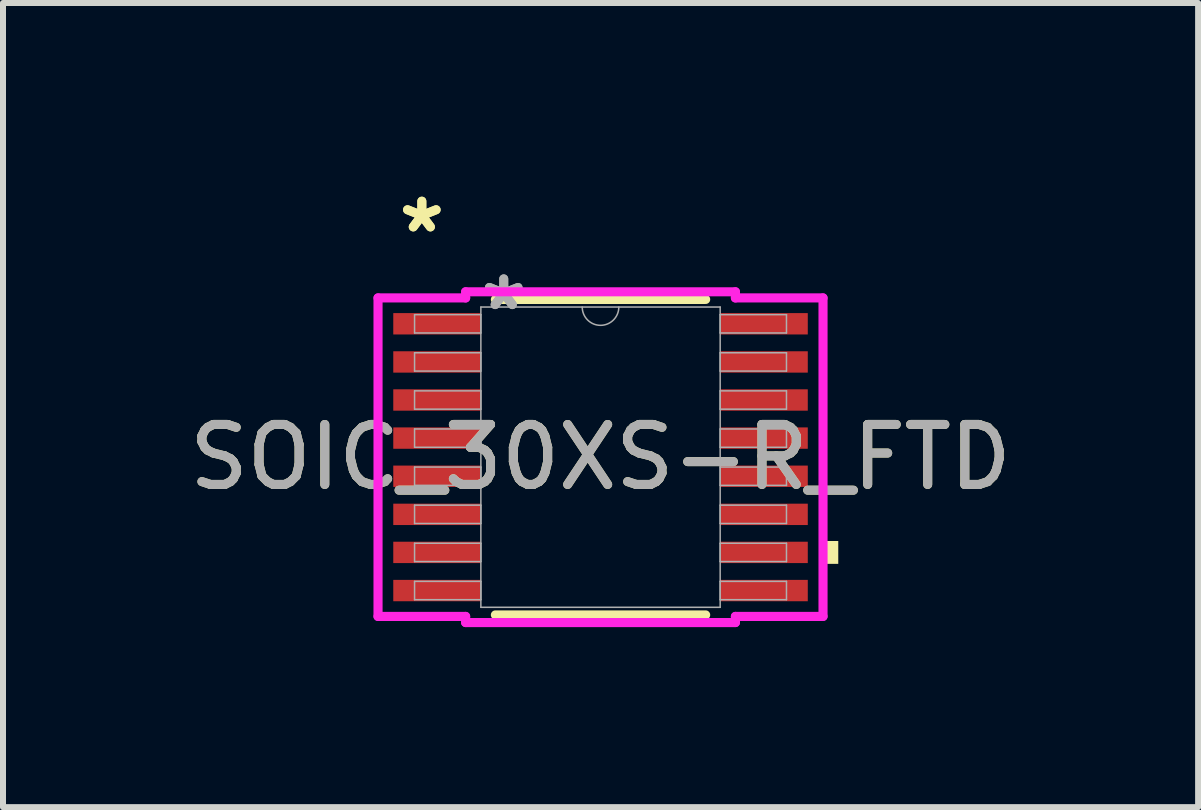
<source format=kicad_pcb>
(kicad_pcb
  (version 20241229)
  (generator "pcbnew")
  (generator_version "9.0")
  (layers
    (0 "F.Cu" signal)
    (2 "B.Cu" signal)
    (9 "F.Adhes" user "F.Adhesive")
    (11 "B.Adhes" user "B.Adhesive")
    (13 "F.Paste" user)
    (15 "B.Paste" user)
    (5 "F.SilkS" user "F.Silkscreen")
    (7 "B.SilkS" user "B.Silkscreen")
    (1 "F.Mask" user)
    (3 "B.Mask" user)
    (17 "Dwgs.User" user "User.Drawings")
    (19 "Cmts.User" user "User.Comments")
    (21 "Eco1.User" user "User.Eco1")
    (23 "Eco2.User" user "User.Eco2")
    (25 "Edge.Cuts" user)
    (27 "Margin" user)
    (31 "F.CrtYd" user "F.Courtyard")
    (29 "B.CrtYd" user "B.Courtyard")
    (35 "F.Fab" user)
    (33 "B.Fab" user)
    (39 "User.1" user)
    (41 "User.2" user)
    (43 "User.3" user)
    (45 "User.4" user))
  (footprint "SOIC_30XS-R_FTD"
    (layer "F.Cu")
    (at 6.958 4.569)
    (property "Reference" "SOIC_30XS-R_FTD" (at 0 0 0) (unlocked yes) (layer "F.SilkS") (effects (font (size 1 1) (thickness 0.15))))
    (attr smd)
    (fp_line (start -1.752 2.629) (end 1.752 2.629) (stroke (width 0.152) (type solid)) (layer "F.SilkS"))
    (fp_line (start 1.752 -2.629) (end -1.752 -2.629) (stroke (width 0.152) (type solid)) (layer "F.SilkS"))
    (fp_poly (pts (xy 3.962 1.397) (xy 3.962 1.778) (xy 3.708 1.778) (xy 3.708 1.397)) (stroke (width 0) (type solid)) (fill yes) (layer "F.SilkS"))
    (fp_line (start -3.708 -2.654) (end -2.248 -2.654) (stroke (width 0.152) (type solid)) (layer "F.CrtYd"))
    (fp_line (start -3.708 2.654) (end -3.708 -2.654) (stroke (width 0.152) (type solid)) (layer "F.CrtYd"))
    (fp_line (start -3.708 2.654) (end -2.248 2.654) (stroke (width 0.152) (type solid)) (layer "F.CrtYd"))
    (fp_line (start -2.248 -2.756) (end 2.248 -2.756) (stroke (width 0.152) (type solid)) (layer "F.CrtYd"))
    (fp_line (start -2.248 -2.654) (end -2.248 -2.756) (stroke (width 0.152) (type solid)) (layer "F.CrtYd"))
    (fp_line (start -2.248 2.756) (end -2.248 2.654) (stroke (width 0.152) (type solid)) (layer "F.CrtYd"))
    (fp_line (start 2.248 -2.756) (end 2.248 -2.654) (stroke (width 0.152) (type solid)) (layer "F.CrtYd"))
    (fp_line (start 2.248 2.654) (end 2.248 2.756) (stroke (width 0.152) (type solid)) (layer "F.CrtYd"))
    (fp_line (start 2.248 2.756) (end -2.248 2.756) (stroke (width 0.152) (type solid)) (layer "F.CrtYd"))
    (fp_line (start 3.708 -2.654) (end 2.248 -2.654) (stroke (width 0.152) (type solid)) (layer "F.CrtYd"))
    (fp_line (start 3.708 -2.654) (end 3.708 2.654) (stroke (width 0.152) (type solid)) (layer "F.CrtYd"))
    (fp_line (start 3.708 2.654) (end 2.248 2.654) (stroke (width 0.152) (type solid)) (layer "F.CrtYd"))
    (fp_line (start -3.099 -2.375) (end -3.099 -2.07) (stroke (width 0.025) (type solid)) (layer "F.Fab"))
    (fp_line (start -3.099 -2.07) (end -1.994 -2.07) (stroke (width 0.025) (type solid)) (layer "F.Fab"))
    (fp_line (start -3.099 -1.74) (end -3.099 -1.435) (stroke (width 0.025) (type solid)) (layer "F.Fab"))
    (fp_line (start -3.099 -1.435) (end -1.994 -1.435) (stroke (width 0.025) (type solid)) (layer "F.Fab"))
    (fp_line (start -3.099 -1.105) (end -3.099 -0.8) (stroke (width 0.025) (type solid)) (layer "F.Fab"))
    (fp_line (start -3.099 -0.8) (end -1.994 -0.8) (stroke (width 0.025) (type solid)) (layer "F.Fab"))
    (fp_line (start -3.099 -0.47) (end -3.099 -0.165) (stroke (width 0.025) (type solid)) (layer "F.Fab"))
    (fp_line (start -3.099 -0.165) (end -1.994 -0.165) (stroke (width 0.025) (type solid)) (layer "F.Fab"))
    (fp_line (start -3.099 0.165) (end -3.099 0.47) (stroke (width 0.025) (type solid)) (layer "F.Fab"))
    (fp_line (start -3.099 0.47) (end -1.994 0.47) (stroke (width 0.025) (type solid)) (layer "F.Fab"))
    (fp_line (start -3.099 0.8) (end -3.099 1.105) (stroke (width 0.025) (type solid)) (layer "F.Fab"))
    (fp_line (start -3.099 1.105) (end -1.994 1.105) (stroke (width 0.025) (type solid)) (layer "F.Fab"))
    (fp_line (start -3.099 1.435) (end -3.099 1.74) (stroke (width 0.025) (type solid)) (layer "F.Fab"))
    (fp_line (start -3.099 1.74) (end -1.994 1.74) (stroke (width 0.025) (type solid)) (layer "F.Fab"))
    (fp_line (start -3.099 2.07) (end -3.099 2.375) (stroke (width 0.025) (type solid)) (layer "F.Fab"))
    (fp_line (start -3.099 2.375) (end -1.994 2.375) (stroke (width 0.025) (type solid)) (layer "F.Fab"))
    (fp_line (start -1.994 -2.502) (end -1.994 2.502) (stroke (width 0.025) (type solid)) (layer "F.Fab"))
    (fp_line (start -1.994 -2.375) (end -3.099 -2.375) (stroke (width 0.025) (type solid)) (layer "F.Fab"))
    (fp_line (start -1.994 -2.07) (end -1.994 -2.375) (stroke (width 0.025) (type solid)) (layer "F.Fab"))
    (fp_line (start -1.994 -1.74) (end -3.099 -1.74) (stroke (width 0.025) (type solid)) (layer "F.Fab"))
    (fp_line (start -1.994 -1.435) (end -1.994 -1.74) (stroke (width 0.025) (type solid)) (layer "F.Fab"))
    (fp_line (start -1.994 -1.105) (end -3.099 -1.105) (stroke (width 0.025) (type solid)) (layer "F.Fab"))
    (fp_line (start -1.994 -0.8) (end -1.994 -1.105) (stroke (width 0.025) (type solid)) (layer "F.Fab"))
    (fp_line (start -1.994 -0.47) (end -3.099 -0.47) (stroke (width 0.025) (type solid)) (layer "F.Fab"))
    (fp_line (start -1.994 -0.165) (end -1.994 -0.47) (stroke (width 0.025) (type solid)) (layer "F.Fab"))
    (fp_line (start -1.994 0.165) (end -3.099 0.165) (stroke (width 0.025) (type solid)) (layer "F.Fab"))
    (fp_line (start -1.994 0.47) (end -1.994 0.165) (stroke (width 0.025) (type solid)) (layer "F.Fab"))
    (fp_line (start -1.994 0.8) (end -3.099 0.8) (stroke (width 0.025) (type solid)) (layer "F.Fab"))
    (fp_line (start -1.994 1.105) (end -1.994 0.8) (stroke (width 0.025) (type solid)) (layer "F.Fab"))
    (fp_line (start -1.994 1.435) (end -3.099 1.435) (stroke (width 0.025) (type solid)) (layer "F.Fab"))
    (fp_line (start -1.994 1.74) (end -1.994 1.435) (stroke (width 0.025) (type solid)) (layer "F.Fab"))
    (fp_line (start -1.994 2.07) (end -3.099 2.07) (stroke (width 0.025) (type solid)) (layer "F.Fab"))
    (fp_line (start -1.994 2.375) (end -1.994 2.07) (stroke (width 0.025) (type solid)) (layer "F.Fab"))
    (fp_line (start -1.994 2.502) (end 1.994 2.502) (stroke (width 0.025) (type solid)) (layer "F.Fab"))
    (fp_line (start 1.994 -2.502) (end -1.994 -2.502) (stroke (width 0.025) (type solid)) (layer "F.Fab"))
    (fp_line (start 1.994 -2.375) (end 1.994 -2.07) (stroke (width 0.025) (type solid)) (layer "F.Fab"))
    (fp_line (start 1.994 -2.07) (end 3.099 -2.07) (stroke (width 0.025) (type solid)) (layer "F.Fab"))
    (fp_line (start 1.994 -1.74) (end 1.994 -1.435) (stroke (width 0.025) (type solid)) (layer "F.Fab"))
    (fp_line (start 1.994 -1.435) (end 3.099 -1.435) (stroke (width 0.025) (type solid)) (layer "F.Fab"))
    (fp_line (start 1.994 -1.105) (end 1.994 -0.8) (stroke (width 0.025) (type solid)) (layer "F.Fab"))
    (fp_line (start 1.994 -0.8) (end 3.099 -0.8) (stroke (width 0.025) (type solid)) (layer "F.Fab"))
    (fp_line (start 1.994 -0.47) (end 1.994 -0.165) (stroke (width 0.025) (type solid)) (layer "F.Fab"))
    (fp_line (start 1.994 -0.165) (end 3.099 -0.165) (stroke (width 0.025) (type solid)) (layer "F.Fab"))
    (fp_line (start 1.994 0.165) (end 1.994 0.47) (stroke (width 0.025) (type solid)) (layer "F.Fab"))
    (fp_line (start 1.994 0.47) (end 3.099 0.47) (stroke (width 0.025) (type solid)) (layer "F.Fab"))
    (fp_line (start 1.994 0.8) (end 1.994 1.105) (stroke (width 0.025) (type solid)) (layer "F.Fab"))
    (fp_line (start 1.994 1.105) (end 3.099 1.105) (stroke (width 0.025) (type solid)) (layer "F.Fab"))
    (fp_line (start 1.994 1.435) (end 1.994 1.74) (stroke (width 0.025) (type solid)) (layer "F.Fab"))
    (fp_line (start 1.994 1.74) (end 3.099 1.74) (stroke (width 0.025) (type solid)) (layer "F.Fab"))
    (fp_line (start 1.994 2.07) (end 1.994 2.375) (stroke (width 0.025) (type solid)) (layer "F.Fab"))
    (fp_line (start 1.994 2.375) (end 3.099 2.375) (stroke (width 0.025) (type solid)) (layer "F.Fab"))
    (fp_line (start 1.994 2.502) (end 1.994 -2.502) (stroke (width 0.025) (type solid)) (layer "F.Fab"))
    (fp_line (start 3.099 -2.375) (end 1.994 -2.375) (stroke (width 0.025) (type solid)) (layer "F.Fab"))
    (fp_line (start 3.099 -2.07) (end 3.099 -2.375) (stroke (width 0.025) (type solid)) (layer "F.Fab"))
    (fp_line (start 3.099 -1.74) (end 1.994 -1.74) (stroke (width 0.025) (type solid)) (layer "F.Fab"))
    (fp_line (start 3.099 -1.435) (end 3.099 -1.74) (stroke (width 0.025) (type solid)) (layer "F.Fab"))
    (fp_line (start 3.099 -1.105) (end 1.994 -1.105) (stroke (width 0.025) (type solid)) (layer "F.Fab"))
    (fp_line (start 3.099 -0.8) (end 3.099 -1.105) (stroke (width 0.025) (type solid)) (layer "F.Fab"))
    (fp_line (start 3.099 -0.47) (end 1.994 -0.47) (stroke (width 0.025) (type solid)) (layer "F.Fab"))
    (fp_line (start 3.099 -0.165) (end 3.099 -0.47) (stroke (width 0.025) (type solid)) (layer "F.Fab"))
    (fp_line (start 3.099 0.165) (end 1.994 0.165) (stroke (width 0.025) (type solid)) (layer "F.Fab"))
    (fp_line (start 3.099 0.47) (end 3.099 0.165) (stroke (width 0.025) (type solid)) (layer "F.Fab"))
    (fp_line (start 3.099 0.8) (end 1.994 0.8) (stroke (width 0.025) (type solid)) (layer "F.Fab"))
    (fp_line (start 3.099 1.105) (end 3.099 0.8) (stroke (width 0.025) (type solid)) (layer "F.Fab"))
    (fp_line (start 3.099 1.435) (end 1.994 1.435) (stroke (width 0.025) (type solid)) (layer "F.Fab"))
    (fp_line (start 3.099 1.74) (end 3.099 1.435) (stroke (width 0.025) (type solid)) (layer "F.Fab"))
    (fp_line (start 3.099 2.07) (end 1.994 2.07) (stroke (width 0.025) (type solid)) (layer "F.Fab"))
    (fp_line (start 3.099 2.375) (end 3.099 2.07) (stroke (width 0.025) (type solid)) (layer "F.Fab"))
    (fp_arc (start 0.3048 -2.5019) (mid 0 -2.1971) (end -0.3048 -2.5019) (stroke (width 0.0254) (type solid)) (layer "F.Fab"))
    (fp_text user "*" (at -2.978 -3.721 0) (layer "F.SilkS") (effects (font (size 1 1) (thickness 0.15))))
    (fp_text user "*" (at -2.978 -3.721 0) (unlocked yes) (layer "F.SilkS") (effects (font (size 1 1) (thickness 0.15))))
    (fp_text user "*" (at -1.613 -2.426 0) (layer "F.Fab") (effects (font (size 1 1) (thickness 0.15))))
    (fp_text user "*" (at -1.613 -2.426 0) (unlocked yes) (layer "F.Fab") (effects (font (size 1 1) (thickness 0.15))))
    (fp_text user "${REFERENCE}" (at 0 0 0) (unlocked yes) (layer "F.Fab") (effects (font (size 1 1) (thickness 0.15))))
    (pad "1" smd rect (at -2.724 -2.223) (size 1.46 0.356) (layers "F.Cu" "F.Mask" "F.Paste"))
    (pad "2" smd rect (at -2.724 -1.587) (size 1.46 0.356) (layers "F.Cu" "F.Mask" "F.Paste"))
    (pad "3" smd rect (at -2.724 -0.953) (size 1.46 0.356) (layers "F.Cu" "F.Mask" "F.Paste"))
    (pad "4" smd rect (at -2.724 -0.318) (size 1.46 0.356) (layers "F.Cu" "F.Mask" "F.Paste"))
    (pad "5" smd rect (at -2.724 0.318) (size 1.46 0.356) (layers "F.Cu" "F.Mask" "F.Paste"))
    (pad "6" smd rect (at -2.724 0.953) (size 1.46 0.356) (layers "F.Cu" "F.Mask" "F.Paste"))
    (pad "7" smd rect (at -2.724 1.587) (size 1.46 0.356) (layers "F.Cu" "F.Mask" "F.Paste"))
    (pad "8" smd rect (at -2.724 2.223) (size 1.46 0.356) (layers "F.Cu" "F.Mask" "F.Paste"))
    (pad "9" smd rect (at 2.724 2.223) (size 1.46 0.356) (layers "F.Cu" "F.Mask" "F.Paste"))
    (pad "10" smd rect (at 2.724 1.587) (size 1.46 0.356) (layers "F.Cu" "F.Mask" "F.Paste"))
    (pad "11" smd rect (at 2.724 0.953) (size 1.46 0.356) (layers "F.Cu" "F.Mask" "F.Paste"))
    (pad "12" smd rect (at 2.724 0.318) (size 1.46 0.356) (layers "F.Cu" "F.Mask" "F.Paste"))
    (pad "13" smd rect (at 2.724 -0.318) (size 1.46 0.356) (layers "F.Cu" "F.Mask" "F.Paste"))
    (pad "14" smd rect (at 2.724 -0.953) (size 1.46 0.356) (layers "F.Cu" "F.Mask" "F.Paste"))
    (pad "15" smd rect (at 2.724 -1.587) (size 1.46 0.356) (layers "F.Cu" "F.Mask" "F.Paste"))
    (pad "16" smd rect (at 2.724 -2.223) (size 1.46 0.356) (layers "F.Cu" "F.Mask" "F.Paste")))
  (gr_rect
    (start -3 -3)
    (end 16.917 10.401)
    (stroke (width 0.1) (type default))
    (fill no)
    (layer "Edge.Cuts")))
</source>
